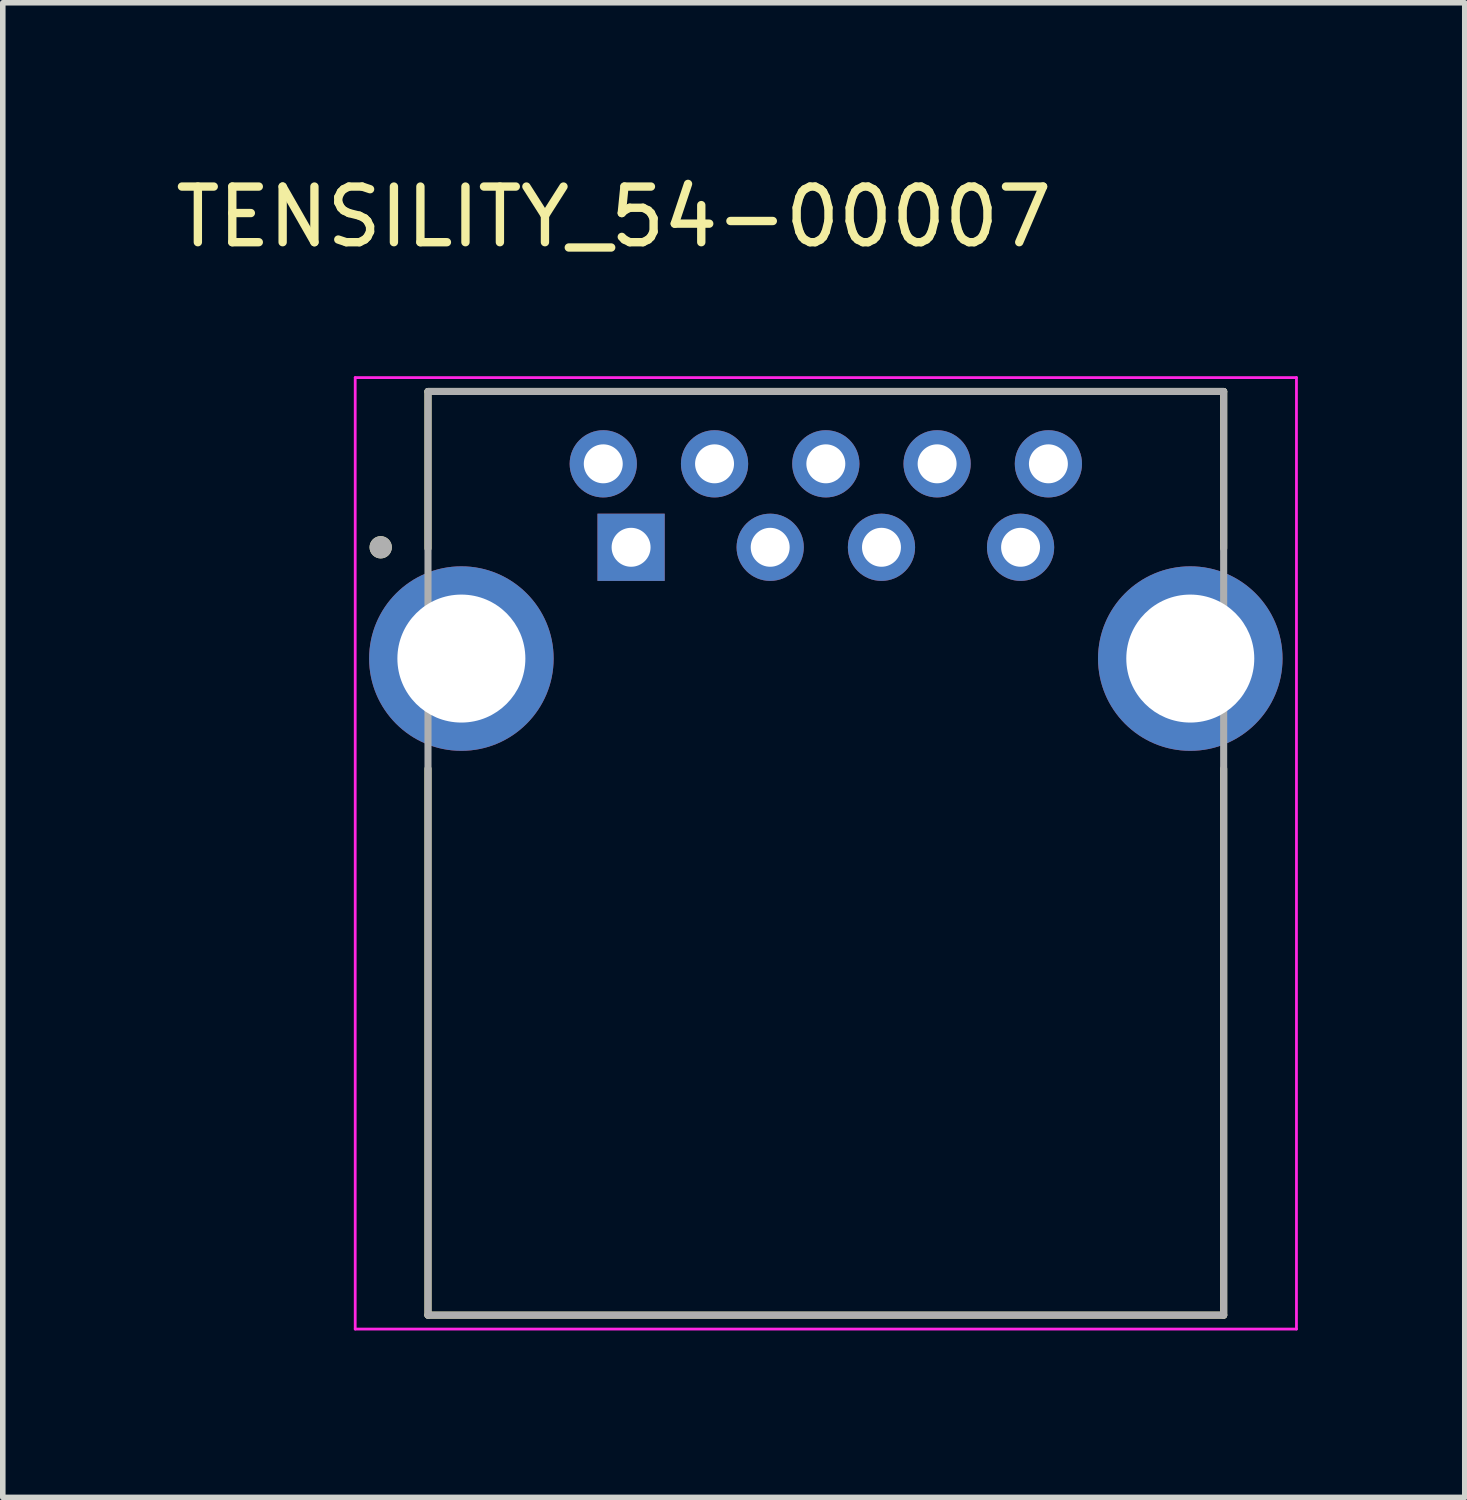
<source format=kicad_pcb>
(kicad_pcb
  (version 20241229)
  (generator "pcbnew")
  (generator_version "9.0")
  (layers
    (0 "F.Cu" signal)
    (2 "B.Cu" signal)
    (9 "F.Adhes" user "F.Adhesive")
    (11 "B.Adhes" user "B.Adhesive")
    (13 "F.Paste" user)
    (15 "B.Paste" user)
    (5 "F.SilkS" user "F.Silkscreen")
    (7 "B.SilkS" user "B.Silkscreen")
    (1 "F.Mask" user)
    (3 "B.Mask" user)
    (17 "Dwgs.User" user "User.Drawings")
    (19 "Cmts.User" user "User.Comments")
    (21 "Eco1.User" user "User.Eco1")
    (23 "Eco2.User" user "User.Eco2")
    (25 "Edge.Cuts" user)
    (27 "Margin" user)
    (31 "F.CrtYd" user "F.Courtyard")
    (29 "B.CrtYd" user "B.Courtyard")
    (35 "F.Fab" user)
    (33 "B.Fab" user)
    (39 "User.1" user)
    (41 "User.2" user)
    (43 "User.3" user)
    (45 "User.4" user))
  (footprint "TENSILITY_54-00007"
    (layer "F.Cu")
    (at 11.792 8.786)
    (property "Reference" "TENSILITY_54-00007" (at -3.81 -7.938 0) (layer "F.SilkS") (effects (font (size 1 1) (thickness 0.15))))
    (attr through_hole)
    (fp_line (start -7.15 -4.8) (end -7.15 -1.98) (stroke (width 0.127) (type solid)) (layer "F.SilkS"))
    (fp_line (start -7.15 11.8) (end -7.15 1.98) (stroke (width 0.127) (type solid)) (layer "F.SilkS"))
    (fp_line (start -7.15 11.8) (end 7.15 11.8) (stroke (width 0.127) (type solid)) (layer "F.SilkS"))
    (fp_line (start 7.15 -4.8) (end -7.15 -4.8) (stroke (width 0.127) (type solid)) (layer "F.SilkS"))
    (fp_line (start 7.15 -1.98) (end 7.15 -4.8) (stroke (width 0.127) (type solid)) (layer "F.SilkS"))
    (fp_line (start 7.15 11.8) (end 7.15 1.98) (stroke (width 0.127) (type solid)) (layer "F.SilkS"))
    (fp_circle (center -8 -2) (end -7.9 -2) (stroke (width 0.2) (type solid)) (fill no) (layer "F.SilkS"))
    (fp_line (start -8.458 -5.05) (end -8.458 12.05) (stroke (width 0.05) (type solid)) (layer "F.CrtYd"))
    (fp_line (start -8.458 12.05) (end 8.458 12.05) (stroke (width 0.05) (type solid)) (layer "F.CrtYd"))
    (fp_line (start 8.458 -5.05) (end -8.458 -5.05) (stroke (width 0.05) (type solid)) (layer "F.CrtYd"))
    (fp_line (start 8.458 12.05) (end 8.458 -5.05) (stroke (width 0.05) (type solid)) (layer "F.CrtYd"))
    (fp_line (start -7.15 -4.8) (end -7.15 11.8) (stroke (width 0.127) (type solid)) (layer "F.Fab"))
    (fp_line (start -7.15 11.8) (end 7.15 11.8) (stroke (width 0.127) (type solid)) (layer "F.Fab"))
    (fp_line (start 7.15 -4.8) (end -7.15 -4.8) (stroke (width 0.127) (type solid)) (layer "F.Fab"))
    (fp_line (start 7.15 11.8) (end 7.15 -4.8) (stroke (width 0.127) (type solid)) (layer "F.Fab"))
    (fp_circle (center -8 -2) (end -7.9 -2) (stroke (width 0.2) (type solid)) (fill no) (layer "F.Fab"))
    (pad "1" thru_hole rect (at -3.5 -2) (size 1.208 1.208) (drill 0.7) (layers "*.Cu" "*.Mask"))
    (pad "2" thru_hole circle (at -1 -2) (size 1.208 1.208) (drill 0.7) (layers "*.Cu" "*.Mask"))
    (pad "3" thru_hole circle (at 1 -2) (size 1.208 1.208) (drill 0.7) (layers "*.Cu" "*.Mask"))
    (pad "4" thru_hole circle (at 3.5 -2) (size 1.208 1.208) (drill 0.7) (layers "*.Cu" "*.Mask"))
    (pad "5" thru_hole circle (at 4 -3.5) (size 1.208 1.208) (drill 0.7) (layers "*.Cu" "*.Mask"))
    (pad "6" thru_hole circle (at 2 -3.5) (size 1.208 1.208) (drill 0.7) (layers "*.Cu" "*.Mask"))
    (pad "7" thru_hole circle (at 0 -3.5) (size 1.208 1.208) (drill 0.7) (layers "*.Cu" "*.Mask"))
    (pad "8" thru_hole circle (at -2 -3.5) (size 1.208 1.208) (drill 0.7) (layers "*.Cu" "*.Mask"))
    (pad "9" thru_hole circle (at -4 -3.5) (size 1.208 1.208) (drill 0.7) (layers "*.Cu" "*.Mask"))
    (pad "S1" thru_hole circle (at -6.55 0) (size 3.316 3.316) (drill 2.3) (layers "*.Cu" "*.Mask"))
    (pad "S2" thru_hole circle (at 6.55 0) (size 3.316 3.316) (drill 2.3) (layers "*.Cu" "*.Mask")))
  (gr_rect
    (start -3 -3)
    (end 23.275 23.861)
    (stroke (width 0.1) (type default))
    (fill no)
    (layer "Edge.Cuts")))
</source>
